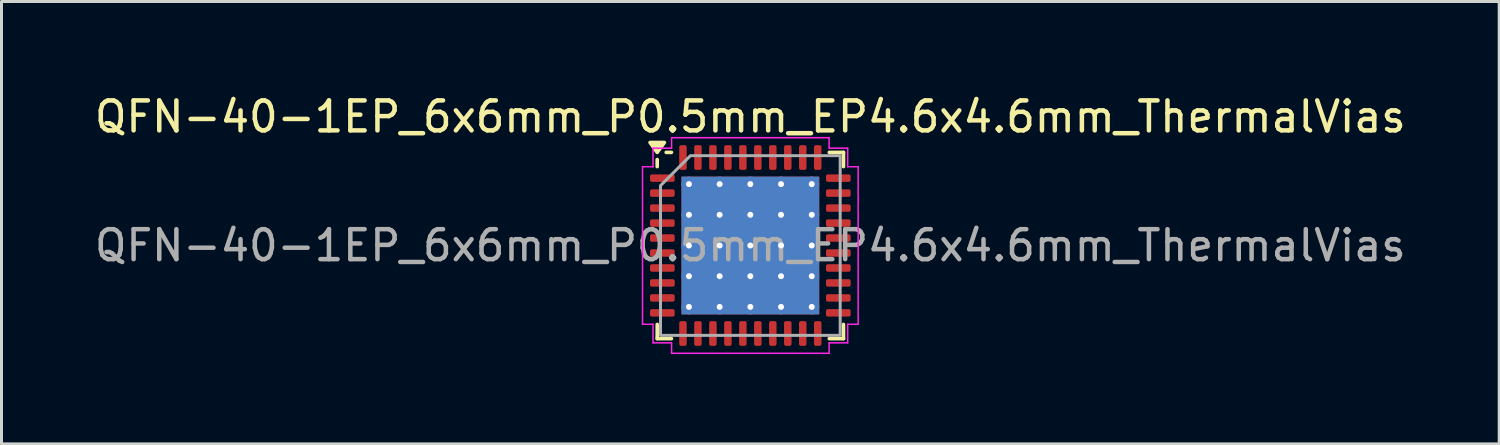
<source format=kicad_pcb>
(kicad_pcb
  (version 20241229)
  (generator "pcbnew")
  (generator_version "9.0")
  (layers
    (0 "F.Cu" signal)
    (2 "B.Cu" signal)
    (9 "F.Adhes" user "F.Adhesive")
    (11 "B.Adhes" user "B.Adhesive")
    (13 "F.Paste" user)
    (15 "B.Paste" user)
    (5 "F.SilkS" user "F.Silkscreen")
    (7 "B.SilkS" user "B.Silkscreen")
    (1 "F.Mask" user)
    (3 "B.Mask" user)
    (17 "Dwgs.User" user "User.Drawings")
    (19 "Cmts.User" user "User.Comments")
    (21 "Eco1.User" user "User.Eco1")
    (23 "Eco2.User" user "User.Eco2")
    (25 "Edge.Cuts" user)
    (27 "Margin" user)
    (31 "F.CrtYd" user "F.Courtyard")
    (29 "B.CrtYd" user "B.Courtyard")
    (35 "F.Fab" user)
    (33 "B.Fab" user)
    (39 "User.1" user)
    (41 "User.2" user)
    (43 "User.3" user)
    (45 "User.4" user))
  (footprint "QFN-40-1EP_6x6mm_P0.5mm_EP4.6x4.6mm_ThermalVias"
    (layer "F.Cu")
    (at 22.006 5.148)
    (property "Reference" "QFN-40-1EP_6x6mm_P0.5mm_EP4.6x4.6mm_ThermalVias" (at 0 -4.3 0) (layer "F.SilkS") (effects (font (size 1 1) (thickness 0.15))))
    (attr smd)
    (fp_line (start -3.11 -2.635) (end -3.11 -2.87) (stroke (width 0.12) (type solid)) (layer "F.SilkS"))
    (fp_line (start -3.11 3.11) (end -3.11 2.635) (stroke (width 0.12) (type solid)) (layer "F.SilkS"))
    (fp_line (start -2.635 -3.11) (end -2.81 -3.11) (stroke (width 0.12) (type solid)) (layer "F.SilkS"))
    (fp_line (start -2.635 3.11) (end -3.11 3.11) (stroke (width 0.12) (type solid)) (layer "F.SilkS"))
    (fp_line (start 2.635 -3.11) (end 3.11 -3.11) (stroke (width 0.12) (type solid)) (layer "F.SilkS"))
    (fp_line (start 2.635 3.11) (end 3.11 3.11) (stroke (width 0.12) (type solid)) (layer "F.SilkS"))
    (fp_line (start 3.11 -3.11) (end 3.11 -2.635) (stroke (width 0.12) (type solid)) (layer "F.SilkS"))
    (fp_line (start 3.11 3.11) (end 3.11 2.635) (stroke (width 0.12) (type solid)) (layer "F.SilkS"))
    (fp_poly (pts (xy -3.11 -3.11) (xy -3.35 -3.44) (xy -2.87 -3.44)) (stroke (width 0.12) (type solid)) (fill yes) (layer "F.SilkS"))
    (fp_line (start -3.6 -2.63) (end -3.25 -2.63) (stroke (width 0.05) (type solid)) (layer "F.CrtYd"))
    (fp_line (start -3.6 2.63) (end -3.6 -2.63) (stroke (width 0.05) (type solid)) (layer "F.CrtYd"))
    (fp_line (start -3.25 -3.25) (end -2.63 -3.25) (stroke (width 0.05) (type solid)) (layer "F.CrtYd"))
    (fp_line (start -3.25 -2.63) (end -3.25 -3.25) (stroke (width 0.05) (type solid)) (layer "F.CrtYd"))
    (fp_line (start -3.25 2.63) (end -3.6 2.63) (stroke (width 0.05) (type solid)) (layer "F.CrtYd"))
    (fp_line (start -3.25 3.25) (end -3.25 2.63) (stroke (width 0.05) (type solid)) (layer "F.CrtYd"))
    (fp_line (start -2.63 -3.6) (end 2.63 -3.6) (stroke (width 0.05) (type solid)) (layer "F.CrtYd"))
    (fp_line (start -2.63 -3.25) (end -2.63 -3.6) (stroke (width 0.05) (type solid)) (layer "F.CrtYd"))
    (fp_line (start -2.63 3.25) (end -3.25 3.25) (stroke (width 0.05) (type solid)) (layer "F.CrtYd"))
    (fp_line (start -2.63 3.6) (end -2.63 3.25) (stroke (width 0.05) (type solid)) (layer "F.CrtYd"))
    (fp_line (start 2.63 -3.6) (end 2.63 -3.25) (stroke (width 0.05) (type solid)) (layer "F.CrtYd"))
    (fp_line (start 2.63 -3.25) (end 3.25 -3.25) (stroke (width 0.05) (type solid)) (layer "F.CrtYd"))
    (fp_line (start 2.63 3.25) (end 2.63 3.6) (stroke (width 0.05) (type solid)) (layer "F.CrtYd"))
    (fp_line (start 2.63 3.6) (end -2.63 3.6) (stroke (width 0.05) (type solid)) (layer "F.CrtYd"))
    (fp_line (start 3.25 -3.25) (end 3.25 -2.63) (stroke (width 0.05) (type solid)) (layer "F.CrtYd"))
    (fp_line (start 3.25 -2.63) (end 3.6 -2.63) (stroke (width 0.05) (type solid)) (layer "F.CrtYd"))
    (fp_line (start 3.25 2.63) (end 3.25 3.25) (stroke (width 0.05) (type solid)) (layer "F.CrtYd"))
    (fp_line (start 3.25 3.25) (end 2.63 3.25) (stroke (width 0.05) (type solid)) (layer "F.CrtYd"))
    (fp_line (start 3.6 -2.63) (end 3.6 2.63) (stroke (width 0.05) (type solid)) (layer "F.CrtYd"))
    (fp_line (start 3.6 2.63) (end 3.25 2.63) (stroke (width 0.05) (type solid)) (layer "F.CrtYd"))
    (fp_poly (pts (xy -3 -2) (xy -3 3) (xy 3 3) (xy 3 -3) (xy -2 -3)) (stroke (width 0.1) (type solid)) (fill no) (layer "F.Fab"))
    (fp_text user "${REFERENCE}" (at 0 0 0) (layer "F.Fab") (effects (font (size 1 1) (thickness 0.15))))
    (pad "" smd roundrect (at -1.725 -1.725) (size 0.89 0.89) (layers "F.Paste") (roundrect_rratio 0.25))
    (pad "" smd roundrect (at -1.725 -0.575) (size 0.89 0.89) (layers "F.Paste") (roundrect_rratio 0.25))
    (pad "" smd roundrect (at -1.725 0.575) (size 0.89 0.89) (layers "F.Paste") (roundrect_rratio 0.25))
    (pad "" smd roundrect (at -1.725 1.725) (size 0.89 0.89) (layers "F.Paste") (roundrect_rratio 0.25))
    (pad "" smd roundrect (at -0.575 -1.725) (size 0.89 0.89) (layers "F.Paste") (roundrect_rratio 0.25))
    (pad "" smd roundrect (at -0.575 -0.575) (size 0.89 0.89) (layers "F.Paste") (roundrect_rratio 0.25))
    (pad "" smd roundrect (at -0.575 0.575) (size 0.89 0.89) (layers "F.Paste") (roundrect_rratio 0.25))
    (pad "" smd roundrect (at -0.575 1.725) (size 0.89 0.89) (layers "F.Paste") (roundrect_rratio 0.25))
    (pad "" smd roundrect (at 0.575 -1.725) (size 0.89 0.89) (layers "F.Paste") (roundrect_rratio 0.25))
    (pad "" smd roundrect (at 0.575 -0.575) (size 0.89 0.89) (layers "F.Paste") (roundrect_rratio 0.25))
    (pad "" smd roundrect (at 0.575 0.575) (size 0.89 0.89) (layers "F.Paste") (roundrect_rratio 0.25))
    (pad "" smd roundrect (at 0.575 1.725) (size 0.89 0.89) (layers "F.Paste") (roundrect_rratio 0.25))
    (pad "" smd roundrect (at 1.725 -1.725) (size 0.89 0.89) (layers "F.Paste") (roundrect_rratio 0.25))
    (pad "" smd roundrect (at 1.725 -0.575) (size 0.89 0.89) (layers "F.Paste") (roundrect_rratio 0.25))
    (pad "" smd roundrect (at 1.725 0.575) (size 0.89 0.89) (layers "F.Paste") (roundrect_rratio 0.25))
    (pad "" smd roundrect (at 1.725 1.725) (size 0.89 0.89) (layers "F.Paste") (roundrect_rratio 0.25))
    (pad "1" smd roundrect (at -2.938 -2.25) (size 0.825 0.25) (layers "F.Cu" "F.Mask" "F.Paste") (roundrect_rratio 0.25))
    (pad "2" smd roundrect (at -2.938 -1.75) (size 0.825 0.25) (layers "F.Cu" "F.Mask" "F.Paste") (roundrect_rratio 0.25))
    (pad "3" smd roundrect (at -2.938 -1.25) (size 0.825 0.25) (layers "F.Cu" "F.Mask" "F.Paste") (roundrect_rratio 0.25))
    (pad "4" smd roundrect (at -2.938 -0.75) (size 0.825 0.25) (layers "F.Cu" "F.Mask" "F.Paste") (roundrect_rratio 0.25))
    (pad "5" smd roundrect (at -2.938 -0.25) (size 0.825 0.25) (layers "F.Cu" "F.Mask" "F.Paste") (roundrect_rratio 0.25))
    (pad "6" smd roundrect (at -2.938 0.25) (size 0.825 0.25) (layers "F.Cu" "F.Mask" "F.Paste") (roundrect_rratio 0.25))
    (pad "7" smd roundrect (at -2.938 0.75) (size 0.825 0.25) (layers "F.Cu" "F.Mask" "F.Paste") (roundrect_rratio 0.25))
    (pad "8" smd roundrect (at -2.938 1.25) (size 0.825 0.25) (layers "F.Cu" "F.Mask" "F.Paste") (roundrect_rratio 0.25))
    (pad "9" smd roundrect (at -2.938 1.75) (size 0.825 0.25) (layers "F.Cu" "F.Mask" "F.Paste") (roundrect_rratio 0.25))
    (pad "10" smd roundrect (at -2.938 2.25) (size 0.825 0.25) (layers "F.Cu" "F.Mask" "F.Paste") (roundrect_rratio 0.25))
    (pad "11" smd roundrect (at -2.25 2.938) (size 0.25 0.825) (layers "F.Cu" "F.Mask" "F.Paste") (roundrect_rratio 0.25))
    (pad "12" smd roundrect (at -1.75 2.938) (size 0.25 0.825) (layers "F.Cu" "F.Mask" "F.Paste") (roundrect_rratio 0.25))
    (pad "13" smd roundrect (at -1.25 2.938) (size 0.25 0.825) (layers "F.Cu" "F.Mask" "F.Paste") (roundrect_rratio 0.25))
    (pad "14" smd roundrect (at -0.75 2.938) (size 0.25 0.825) (layers "F.Cu" "F.Mask" "F.Paste") (roundrect_rratio 0.25))
    (pad "15" smd roundrect (at -0.25 2.938) (size 0.25 0.825) (layers "F.Cu" "F.Mask" "F.Paste") (roundrect_rratio 0.25))
    (pad "16" smd roundrect (at 0.25 2.938) (size 0.25 0.825) (layers "F.Cu" "F.Mask" "F.Paste") (roundrect_rratio 0.25))
    (pad "17" smd roundrect (at 0.75 2.938) (size 0.25 0.825) (layers "F.Cu" "F.Mask" "F.Paste") (roundrect_rratio 0.25))
    (pad "18" smd roundrect (at 1.25 2.938) (size 0.25 0.825) (layers "F.Cu" "F.Mask" "F.Paste") (roundrect_rratio 0.25))
    (pad "19" smd roundrect (at 1.75 2.938) (size 0.25 0.825) (layers "F.Cu" "F.Mask" "F.Paste") (roundrect_rratio 0.25))
    (pad "20" smd roundrect (at 2.25 2.938) (size 0.25 0.825) (layers "F.Cu" "F.Mask" "F.Paste") (roundrect_rratio 0.25))
    (pad "21" smd roundrect (at 2.938 2.25) (size 0.825 0.25) (layers "F.Cu" "F.Mask" "F.Paste") (roundrect_rratio 0.25))
    (pad "22" smd roundrect (at 2.938 1.75) (size 0.825 0.25) (layers "F.Cu" "F.Mask" "F.Paste") (roundrect_rratio 0.25))
    (pad "23" smd roundrect (at 2.938 1.25) (size 0.825 0.25) (layers "F.Cu" "F.Mask" "F.Paste") (roundrect_rratio 0.25))
    (pad "24" smd roundrect (at 2.938 0.75) (size 0.825 0.25) (layers "F.Cu" "F.Mask" "F.Paste") (roundrect_rratio 0.25))
    (pad "25" smd roundrect (at 2.938 0.25) (size 0.825 0.25) (layers "F.Cu" "F.Mask" "F.Paste") (roundrect_rratio 0.25))
    (pad "26" smd roundrect (at 2.938 -0.25) (size 0.825 0.25) (layers "F.Cu" "F.Mask" "F.Paste") (roundrect_rratio 0.25))
    (pad "27" smd roundrect (at 2.938 -0.75) (size 0.825 0.25) (layers "F.Cu" "F.Mask" "F.Paste") (roundrect_rratio 0.25))
    (pad "28" smd roundrect (at 2.938 -1.25) (size 0.825 0.25) (layers "F.Cu" "F.Mask" "F.Paste") (roundrect_rratio 0.25))
    (pad "29" smd roundrect (at 2.938 -1.75) (size 0.825 0.25) (layers "F.Cu" "F.Mask" "F.Paste") (roundrect_rratio 0.25))
    (pad "30" smd roundrect (at 2.938 -2.25) (size 0.825 0.25) (layers "F.Cu" "F.Mask" "F.Paste") (roundrect_rratio 0.25))
    (pad "31" smd roundrect (at 2.25 -2.938) (size 0.25 0.825) (layers "F.Cu" "F.Mask" "F.Paste") (roundrect_rratio 0.25))
    (pad "32" smd roundrect (at 1.75 -2.938) (size 0.25 0.825) (layers "F.Cu" "F.Mask" "F.Paste") (roundrect_rratio 0.25))
    (pad "33" smd roundrect (at 1.25 -2.938) (size 0.25 0.825) (layers "F.Cu" "F.Mask" "F.Paste") (roundrect_rratio 0.25))
    (pad "34" smd roundrect (at 0.75 -2.938) (size 0.25 0.825) (layers "F.Cu" "F.Mask" "F.Paste") (roundrect_rratio 0.25))
    (pad "35" smd roundrect (at 0.25 -2.938) (size 0.25 0.825) (layers "F.Cu" "F.Mask" "F.Paste") (roundrect_rratio 0.25))
    (pad "36" smd roundrect (at -0.25 -2.938) (size 0.25 0.825) (layers "F.Cu" "F.Mask" "F.Paste") (roundrect_rratio 0.25))
    (pad "37" smd roundrect (at -0.75 -2.938) (size 0.25 0.825) (layers "F.Cu" "F.Mask" "F.Paste") (roundrect_rratio 0.25))
    (pad "38" smd roundrect (at -1.25 -2.938) (size 0.25 0.825) (layers "F.Cu" "F.Mask" "F.Paste") (roundrect_rratio 0.25))
    (pad "39" smd roundrect (at -1.75 -2.938) (size 0.25 0.825) (layers "F.Cu" "F.Mask" "F.Paste") (roundrect_rratio 0.25))
    (pad "40" smd roundrect (at -2.25 -2.938) (size 0.25 0.825) (layers "F.Cu" "F.Mask" "F.Paste") (roundrect_rratio 0.25))
    (pad "41" thru_hole circle (at -2.05 -2.05) (size 0.5 0.5) (drill 0.2) (property pad_prop_heatsink) (layers "*.Cu"))
    (pad "41" thru_hole circle (at -2.05 -1.025) (size 0.5 0.5) (drill 0.2) (property pad_prop_heatsink) (layers "*.Cu"))
    (pad "41" thru_hole circle (at -2.05 0) (size 0.5 0.5) (drill 0.2) (property pad_prop_heatsink) (layers "*.Cu"))
    (pad "41" thru_hole circle (at -2.05 1.025) (size 0.5 0.5) (drill 0.2) (property pad_prop_heatsink) (layers "*.Cu"))
    (pad "41" thru_hole circle (at -2.05 2.05) (size 0.5 0.5) (drill 0.2) (property pad_prop_heatsink) (layers "*.Cu"))
    (pad "41" thru_hole circle (at -1.025 -2.05) (size 0.5 0.5) (drill 0.2) (property pad_prop_heatsink) (layers "*.Cu"))
    (pad "41" thru_hole circle (at -1.025 -1.025) (size 0.5 0.5) (drill 0.2) (property pad_prop_heatsink) (layers "*.Cu"))
    (pad "41" thru_hole circle (at -1.025 0) (size 0.5 0.5) (drill 0.2) (property pad_prop_heatsink) (layers "*.Cu"))
    (pad "41" thru_hole circle (at -1.025 1.025) (size 0.5 0.5) (drill 0.2) (property pad_prop_heatsink) (layers "*.Cu"))
    (pad "41" thru_hole circle (at -1.025 2.05) (size 0.5 0.5) (drill 0.2) (property pad_prop_heatsink) (layers "*.Cu"))
    (pad "41" thru_hole circle (at 0 -2.05) (size 0.5 0.5) (drill 0.2) (property pad_prop_heatsink) (layers "*.Cu"))
    (pad "41" thru_hole circle (at 0 -1.025) (size 0.5 0.5) (drill 0.2) (property pad_prop_heatsink) (layers "*.Cu"))
    (pad "41" thru_hole circle (at 0 0) (size 0.5 0.5) (drill 0.2) (property pad_prop_heatsink) (layers "*.Cu"))
    (pad "41" smd rect (at 0 0) (size 4.6 4.6) (property pad_prop_heatsink) (layers "F.Cu" "F.Mask"))
    (pad "41" smd rect (at 0 0) (size 4.6 4.6) (property pad_prop_heatsink) (layers "B.Cu"))
    (pad "41" thru_hole circle (at 0 1.025) (size 0.5 0.5) (drill 0.2) (property pad_prop_heatsink) (layers "*.Cu"))
    (pad "41" thru_hole circle (at 0 2.05) (size 0.5 0.5) (drill 0.2) (property pad_prop_heatsink) (layers "*.Cu"))
    (pad "41" thru_hole circle (at 1.025 -2.05) (size 0.5 0.5) (drill 0.2) (property pad_prop_heatsink) (layers "*.Cu"))
    (pad "41" thru_hole circle (at 1.025 -1.025) (size 0.5 0.5) (drill 0.2) (property pad_prop_heatsink) (layers "*.Cu"))
    (pad "41" thru_hole circle (at 1.025 0) (size 0.5 0.5) (drill 0.2) (property pad_prop_heatsink) (layers "*.Cu"))
    (pad "41" thru_hole circle (at 1.025 1.025) (size 0.5 0.5) (drill 0.2) (property pad_prop_heatsink) (layers "*.Cu"))
    (pad "41" thru_hole circle (at 1.025 2.05) (size 0.5 0.5) (drill 0.2) (property pad_prop_heatsink) (layers "*.Cu"))
    (pad "41" thru_hole circle (at 2.05 -2.05) (size 0.5 0.5) (drill 0.2) (property pad_prop_heatsink) (layers "*.Cu"))
    (pad "41" thru_hole circle (at 2.05 -1.025) (size 0.5 0.5) (drill 0.2) (property pad_prop_heatsink) (layers "*.Cu"))
    (pad "41" thru_hole circle (at 2.05 0) (size 0.5 0.5) (drill 0.2) (property pad_prop_heatsink) (layers "*.Cu"))
    (pad "41" thru_hole circle (at 2.05 1.025) (size 0.5 0.5) (drill 0.2) (property pad_prop_heatsink) (layers "*.Cu"))
    (pad "41" thru_hole circle (at 2.05 2.05) (size 0.5 0.5) (drill 0.2) (property pad_prop_heatsink) (layers "*.Cu")))
  (gr_rect
    (start -3 -3)
    (end 47.012 11.773)
    (stroke (width 0.1) (type default))
    (fill no)
    (layer "Edge.Cuts")))
</source>
